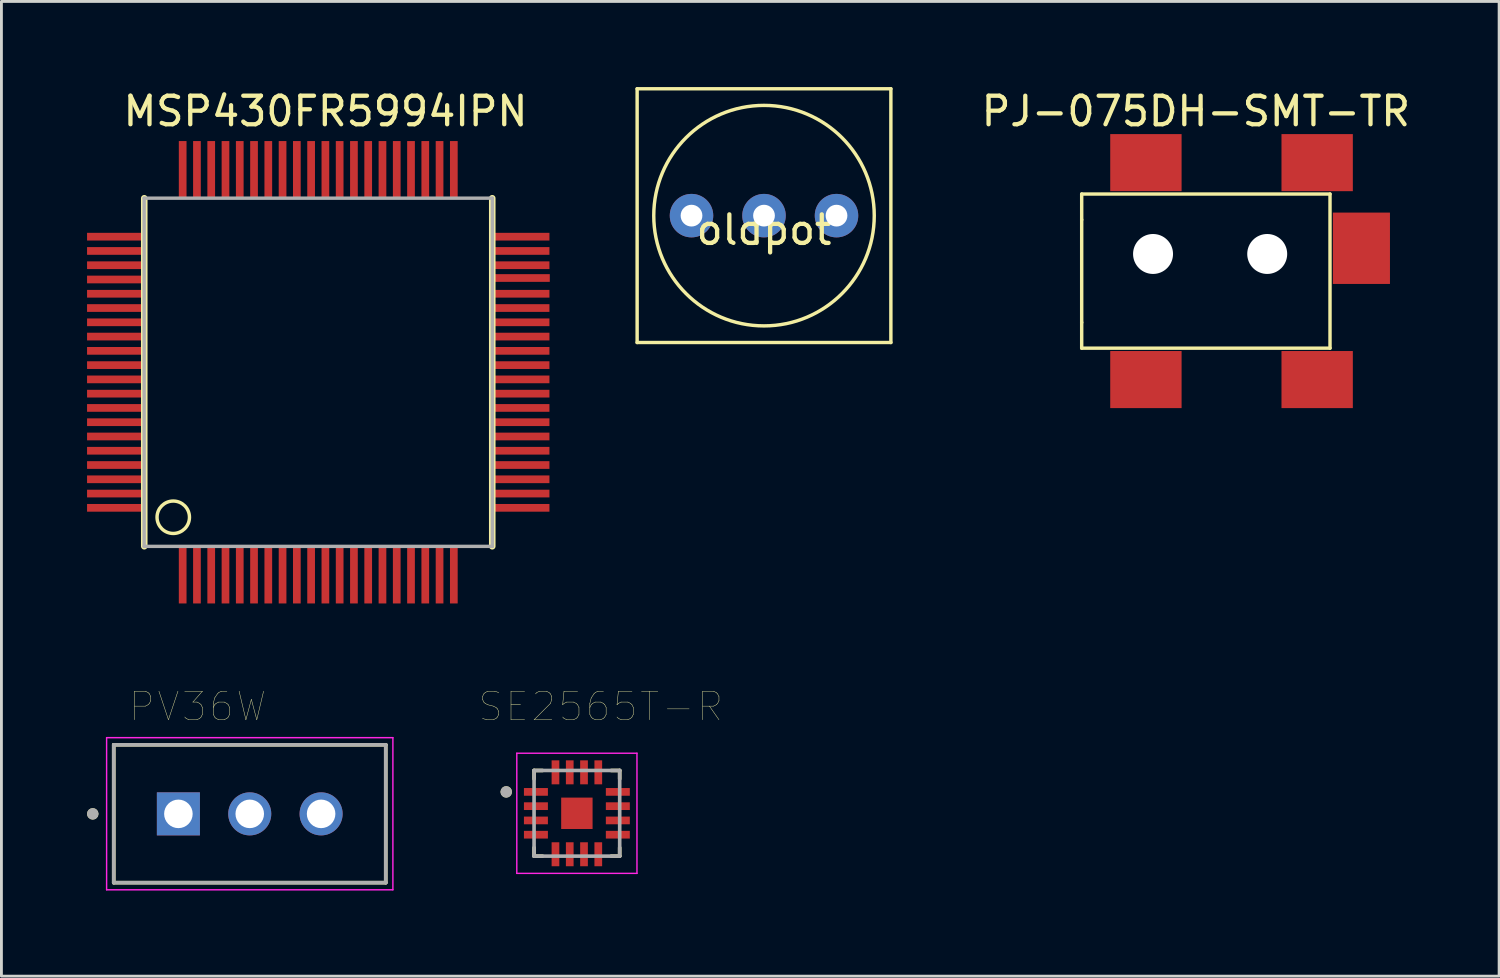
<source format=kicad_pcb>
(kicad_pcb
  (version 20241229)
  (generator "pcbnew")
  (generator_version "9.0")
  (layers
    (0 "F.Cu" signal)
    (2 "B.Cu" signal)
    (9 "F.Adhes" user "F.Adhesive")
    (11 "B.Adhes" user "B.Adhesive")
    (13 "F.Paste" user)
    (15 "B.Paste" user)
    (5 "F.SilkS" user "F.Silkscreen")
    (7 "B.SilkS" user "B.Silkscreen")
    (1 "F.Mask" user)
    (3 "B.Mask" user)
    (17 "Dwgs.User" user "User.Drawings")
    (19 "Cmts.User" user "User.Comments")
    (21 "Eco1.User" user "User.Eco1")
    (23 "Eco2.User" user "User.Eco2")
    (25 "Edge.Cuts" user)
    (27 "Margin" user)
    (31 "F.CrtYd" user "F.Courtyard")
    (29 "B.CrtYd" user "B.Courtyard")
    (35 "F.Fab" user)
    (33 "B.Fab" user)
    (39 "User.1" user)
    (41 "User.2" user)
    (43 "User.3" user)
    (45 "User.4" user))
  (footprint "PV36W"
    (layer "F.Cu")
    (at 5.7 25.464)
    (property "Reference" "PV36W" (at -1.825 -3.76 0) (layer "F.SilkS") (effects (font (size 1 1) (thickness 0.015))))
    (attr through_hole)
    (fp_line (start -4.765 -2.42) (end -4.765 2.41) (stroke (width 0.127) (type solid)) (layer "F.SilkS"))
    (fp_line (start -4.765 2.41) (end 4.765 2.41) (stroke (width 0.127) (type solid)) (layer "F.SilkS"))
    (fp_line (start 4.765 -2.42) (end -4.765 -2.42) (stroke (width 0.127) (type solid)) (layer "F.SilkS"))
    (fp_line (start 4.765 2.41) (end 4.765 -2.42) (stroke (width 0.127) (type solid)) (layer "F.SilkS"))
    (fp_circle (center -5.5 0) (end -5.4 0) (stroke (width 0.2) (type solid)) (fill no) (layer "F.SilkS"))
    (fp_line (start -5.015 -2.67) (end -5.015 2.66) (stroke (width 0.05) (type solid)) (layer "F.CrtYd"))
    (fp_line (start -5.015 2.66) (end 5.015 2.66) (stroke (width 0.05) (type solid)) (layer "F.CrtYd"))
    (fp_line (start 5.015 -2.67) (end -5.015 -2.67) (stroke (width 0.05) (type solid)) (layer "F.CrtYd"))
    (fp_line (start 5.015 2.66) (end 5.015 -2.67) (stroke (width 0.05) (type solid)) (layer "F.CrtYd"))
    (fp_line (start -4.765 -2.42) (end -4.765 2.41) (stroke (width 0.127) (type solid)) (layer "F.Fab"))
    (fp_line (start -4.765 2.41) (end 4.765 2.41) (stroke (width 0.127) (type solid)) (layer "F.Fab"))
    (fp_line (start 4.765 -2.42) (end -4.765 -2.42) (stroke (width 0.127) (type solid)) (layer "F.Fab"))
    (fp_line (start 4.765 2.41) (end 4.765 -2.42) (stroke (width 0.127) (type solid)) (layer "F.Fab"))
    (fp_circle (center -5.5 0) (end -5.4 0) (stroke (width 0.2) (type solid)) (fill no) (layer "F.Fab"))
    (pad "1" thru_hole rect (at -2.5 0) (size 1.508 1.508) (drill 1) (layers "*.Cu" "*.Mask"))
    (pad "2" thru_hole circle (at 0 0) (size 1.508 1.508) (drill 1) (layers "*.Cu" "*.Mask"))
    (pad "3" thru_hole circle (at 2.5 0) (size 1.508 1.508) (drill 1) (layers "*.Cu" "*.Mask")))
  (footprint "MSP430FR5994IPN"
    (layer "F.Cu")
    (at 8.1 9.992)
    (property "Reference" "MSP430FR5994IPN" (at 0.254 -9.144 0) (layer "F.SilkS") (effects (font (size 1 1) (thickness 0.15))))
    (attr through_hole)
    (fp_line (start -6.096 6.096) (end -6.096 -6.096) (stroke (width 0.23) (type solid)) (layer "F.SilkS"))
    (fp_line (start 6.096 6.096) (end 6.096 -6.096) (stroke (width 0.23) (type solid)) (layer "F.SilkS"))
    (fp_circle (center -5.08 5.08) (end -4.572 5.334) (stroke (width 0.12) (type solid)) (fill no) (layer "F.SilkS"))
    (fp_line (start -6.1 -6.1) (end 6.1 -6.1) (stroke (width 0.12) (type solid)) (layer "F.Fab"))
    (fp_line (start -6.1 6.1) (end -6.1 -6.1) (stroke (width 0.12) (type solid)) (layer "F.Fab"))
    (fp_line (start 6.1 -6.1) (end 6.1 6.1) (stroke (width 0.12) (type solid)) (layer "F.Fab"))
    (fp_line (start 6.1 6.1) (end -6.1 6.1) (stroke (width 0.12) (type solid)) (layer "F.Fab"))
    (pad "1" smd rect (at -4.75 7.1) (size 0.27 2) (layers "F.Cu" "F.Mask" "F.Paste"))
    (pad "2" smd rect (at -4.25 7.1) (size 0.27 2) (layers "F.Cu" "F.Mask" "F.Paste"))
    (pad "3" smd rect (at -3.75 7.1) (size 0.27 2) (layers "F.Cu" "F.Mask" "F.Paste"))
    (pad "4" smd rect (at -3.25 7.1) (size 0.27 2) (layers "F.Cu" "F.Mask" "F.Paste"))
    (pad "5" smd rect (at -2.75 7.1) (size 0.27 2) (layers "F.Cu" "F.Mask" "F.Paste"))
    (pad "6" smd rect (at -2.25 7.1) (size 0.27 2) (layers "F.Cu" "F.Mask" "F.Paste"))
    (pad "7" smd rect (at -1.75 7.1) (size 0.27 2) (layers "F.Cu" "F.Mask" "F.Paste"))
    (pad "8" smd rect (at -1.25 7.1) (size 0.27 2) (layers "F.Cu" "F.Mask" "F.Paste"))
    (pad "9" smd rect (at -0.75 7.1) (size 0.27 2) (layers "F.Cu" "F.Mask" "F.Paste"))
    (pad "10" smd rect (at -0.25 7.1) (size 0.27 2) (layers "F.Cu" "F.Mask" "F.Paste"))
    (pad "11" smd rect (at 0.25 7.1) (size 0.27 2) (layers "F.Cu" "F.Mask" "F.Paste"))
    (pad "12" smd rect (at 0.75 7.1) (size 0.27 2) (layers "F.Cu" "F.Mask" "F.Paste"))
    (pad "13" smd rect (at 1.25 7.1) (size 0.27 2) (layers "F.Cu" "F.Mask" "F.Paste"))
    (pad "14" smd rect (at 1.75 7.1) (size 0.27 2) (layers "F.Cu" "F.Mask" "F.Paste"))
    (pad "15" smd rect (at 2.25 7.1) (size 0.27 2) (layers "F.Cu" "F.Mask" "F.Paste"))
    (pad "16" smd rect (at 2.75 7.1) (size 0.27 2) (layers "F.Cu" "F.Mask" "F.Paste"))
    (pad "17" smd rect (at 3.25 7.1) (size 0.27 2) (layers "F.Cu" "F.Mask" "F.Paste"))
    (pad "18" smd rect (at 3.75 7.1) (size 0.27 2) (layers "F.Cu" "F.Mask" "F.Paste"))
    (pad "19" smd rect (at 4.25 7.1) (size 0.27 2) (layers "F.Cu" "F.Mask" "F.Paste"))
    (pad "20" smd rect (at 4.75 7.1) (size 0.27 2) (layers "F.Cu" "F.Mask" "F.Paste"))
    (pad "21" smd rect (at 7.1 4.75 270) (size 0.27 2) (layers "F.Cu" "F.Mask" "F.Paste"))
    (pad "22" smd rect (at 7.1 4.25 270) (size 0.27 2) (layers "F.Cu" "F.Mask" "F.Paste"))
    (pad "23" smd rect (at 7.1 3.75 270) (size 0.27 2) (layers "F.Cu" "F.Mask" "F.Paste"))
    (pad "24" smd rect (at 7.1 3.25 270) (size 0.27 2) (layers "F.Cu" "F.Mask" "F.Paste"))
    (pad "25" smd rect (at 7.1 2.75 270) (size 0.27 2) (layers "F.Cu" "F.Mask" "F.Paste"))
    (pad "26" smd rect (at 7.1 2.25 270) (size 0.27 2) (layers "F.Cu" "F.Mask" "F.Paste"))
    (pad "27" smd rect (at 7.1 1.75 270) (size 0.27 2) (layers "F.Cu" "F.Mask" "F.Paste"))
    (pad "28" smd rect (at 7.1 1.25 270) (size 0.27 2) (layers "F.Cu" "F.Mask" "F.Paste"))
    (pad "29" smd rect (at 7.1 0.75 270) (size 0.27 2) (layers "F.Cu" "F.Mask" "F.Paste"))
    (pad "30" smd rect (at 7.1 0.25 90) (size 0.27 2) (layers "F.Cu" "F.Mask" "F.Paste"))
    (pad "31" smd rect (at 7.1 -0.25 90) (size 0.27 2) (layers "F.Cu" "F.Mask" "F.Paste"))
    (pad "32" smd rect (at 7.1 -0.75 90) (size 0.27 2) (layers "F.Cu" "F.Mask" "F.Paste"))
    (pad "33" smd rect (at 7.1 -1.25 90) (size 0.27 2) (layers "F.Cu" "F.Mask" "F.Paste"))
    (pad "34" smd rect (at 7.1 -1.75 90) (size 0.27 2) (layers "F.Cu" "F.Mask" "F.Paste"))
    (pad "35" smd rect (at 7.1 -2.25 90) (size 0.27 2) (layers "F.Cu" "F.Mask" "F.Paste"))
    (pad "36" smd rect (at 7.1 -2.75 90) (size 0.27 2) (layers "F.Cu" "F.Mask" "F.Paste"))
    (pad "37" smd rect (at 7.112 -3.302 90) (size 0.27 2) (layers "F.Cu" "F.Mask" "F.Paste"))
    (pad "38" smd rect (at 7.1 -3.75 90) (size 0.27 2) (layers "F.Cu" "F.Mask" "F.Paste"))
    (pad "39" smd rect (at 7.1 -4.25 90) (size 0.27 2) (layers "F.Cu" "F.Mask" "F.Paste"))
    (pad "40" smd rect (at 7.1 -4.75 90) (size 0.27 2) (layers "F.Cu" "F.Mask" "F.Paste"))
    (pad "41" smd rect (at 4.75 -7.1 180) (size 0.27 2) (layers "F.Cu" "F.Mask" "F.Paste"))
    (pad "42" smd rect (at 4.25 -7.1 180) (size 0.27 2) (layers "F.Cu" "F.Mask" "F.Paste"))
    (pad "43" smd rect (at 3.75 -7.1 180) (size 0.27 2) (layers "F.Cu" "F.Mask" "F.Paste"))
    (pad "44" smd rect (at 3.25 -7.1 180) (size 0.27 2) (layers "F.Cu" "F.Mask" "F.Paste"))
    (pad "45" smd rect (at 2.75 -7.1 180) (size 0.27 2) (layers "F.Cu" "F.Mask" "F.Paste"))
    (pad "46" smd rect (at 2.25 -7.1 180) (size 0.27 2) (layers "F.Cu" "F.Mask" "F.Paste"))
    (pad "47" smd rect (at 1.75 -7.1 180) (size 0.27 2) (layers "F.Cu" "F.Mask" "F.Paste"))
    (pad "48" smd rect (at 1.25 -7.1 180) (size 0.27 2) (layers "F.Cu" "F.Mask" "F.Paste"))
    (pad "49" smd rect (at 0.75 -7.1 180) (size 0.27 2) (layers "F.Cu" "F.Mask" "F.Paste"))
    (pad "50" smd rect (at 0.25 -7.1 180) (size 0.27 2) (layers "F.Cu" "F.Mask" "F.Paste"))
    (pad "51" smd rect (at -0.25 -7.1 180) (size 0.27 2) (layers "F.Cu" "F.Mask" "F.Paste"))
    (pad "52" smd rect (at -0.75 -7.1 180) (size 0.27 2) (layers "F.Cu" "F.Mask" "F.Paste"))
    (pad "53" smd rect (at -1.25 -7.1 180) (size 0.27 2) (layers "F.Cu" "F.Mask" "F.Paste"))
    (pad "54" smd rect (at -1.75 -7.1 180) (size 0.27 2) (layers "F.Cu" "F.Mask" "F.Paste"))
    (pad "55" smd rect (at -2.25 -7.1 180) (size 0.27 2) (layers "F.Cu" "F.Mask" "F.Paste"))
    (pad "56" smd rect (at -2.75 -7.1 180) (size 0.27 2) (layers "F.Cu" "F.Mask" "F.Paste"))
    (pad "57" smd rect (at -3.25 -7.1 180) (size 0.27 2) (layers "F.Cu" "F.Mask" "F.Paste"))
    (pad "58" smd rect (at -3.75 -7.1 180) (size 0.27 2) (layers "F.Cu" "F.Mask" "F.Paste"))
    (pad "59" smd rect (at -4.25 -7.1 180) (size 0.27 2) (layers "F.Cu" "F.Mask" "F.Paste"))
    (pad "60" smd rect (at -4.75 -7.1 180) (size 0.27 2) (layers "F.Cu" "F.Mask" "F.Paste"))
    (pad "61" smd rect (at -7.1 -4.75 270) (size 0.27 2) (layers "F.Cu" "F.Mask" "F.Paste"))
    (pad "62" smd rect (at -7.1 -4.25 270) (size 0.27 2) (layers "F.Cu" "F.Mask" "F.Paste"))
    (pad "63" smd rect (at -7.1 -3.75 270) (size 0.27 2) (layers "F.Cu" "F.Mask" "F.Paste"))
    (pad "64" smd rect (at -7.1 -3.25 270) (size 0.27 2) (layers "F.Cu" "F.Mask" "F.Paste"))
    (pad "65" smd rect (at -7.1 -2.75 270) (size 0.27 2) (layers "F.Cu" "F.Mask" "F.Paste"))
    (pad "66" smd rect (at -7.1 -2.25 270) (size 0.27 2) (layers "F.Cu" "F.Mask" "F.Paste"))
    (pad "67" smd rect (at -7.1 -1.75 270) (size 0.27 2) (layers "F.Cu" "F.Mask" "F.Paste"))
    (pad "68" smd rect (at -7.1 -1.25 270) (size 0.27 2) (layers "F.Cu" "F.Mask" "F.Paste"))
    (pad "69" smd rect (at -7.1 -0.75 270) (size 0.27 2) (layers "F.Cu" "F.Mask" "F.Paste"))
    (pad "70" smd rect (at -7.1 -0.25 270) (size 0.27 2) (layers "F.Cu" "F.Mask" "F.Paste"))
    (pad "71" smd rect (at -7.1 0.25 270) (size 0.27 2) (layers "F.Cu" "F.Mask" "F.Paste"))
    (pad "72" smd rect (at -7.1 0.75 270) (size 0.27 2) (layers "F.Cu" "F.Mask" "F.Paste"))
    (pad "73" smd rect (at -7.1 1.25 270) (size 0.27 2) (layers "F.Cu" "F.Mask" "F.Paste"))
    (pad "74" smd rect (at -7.1 1.75 270) (size 0.27 2) (layers "F.Cu" "F.Mask" "F.Paste"))
    (pad "75" smd rect (at -7.1 2.25 270) (size 0.27 2) (layers "F.Cu" "F.Mask" "F.Paste"))
    (pad "76" smd rect (at -7.1 2.75 270) (size 0.27 2) (layers "F.Cu" "F.Mask" "F.Paste"))
    (pad "77" smd rect (at -7.1 3.25 270) (size 0.27 2) (layers "F.Cu" "F.Mask" "F.Paste"))
    (pad "78" smd rect (at -7.1 3.75 270) (size 0.27 2) (layers "F.Cu" "F.Mask" "F.Paste"))
    (pad "79" smd rect (at -7.1 4.25 270) (size 0.27 2) (layers "F.Cu" "F.Mask" "F.Paste"))
    (pad "80" smd rect (at -7.1 4.75 270) (size 0.27 2) (layers "F.Cu" "F.Mask" "F.Paste")))
  (footprint "SE2565T-R"
    (layer "F.Cu")
    (at 17.161 25.444)
    (property "Reference" "SE2565T-R" (at 0.835 -3.74 0) (layer "F.SilkS") (effects (font (size 1 1) (thickness 0.015))))
    (attr through_hole)
    (fp_line (start -1.5 -1.5) (end -1.5 -1.205) (stroke (width 0.127) (type solid)) (layer "F.SilkS"))
    (fp_line (start -1.5 -1.5) (end -1.205 -1.5) (stroke (width 0.127) (type solid)) (layer "F.SilkS"))
    (fp_line (start -1.5 1.5) (end -1.5 1.205) (stroke (width 0.127) (type solid)) (layer "F.SilkS"))
    (fp_line (start -1.5 1.5) (end -1.205 1.5) (stroke (width 0.127) (type solid)) (layer "F.SilkS"))
    (fp_line (start 1.5 -1.5) (end 1.205 -1.5) (stroke (width 0.127) (type solid)) (layer "F.SilkS"))
    (fp_line (start 1.5 -1.5) (end 1.5 -1.205) (stroke (width 0.127) (type solid)) (layer "F.SilkS"))
    (fp_line (start 1.5 1.5) (end 1.205 1.5) (stroke (width 0.127) (type solid)) (layer "F.SilkS"))
    (fp_line (start 1.5 1.5) (end 1.5 1.205) (stroke (width 0.127) (type solid)) (layer "F.SilkS"))
    (fp_circle (center -2.475 -0.75) (end -2.375 -0.75) (stroke (width 0.2) (type solid)) (fill no) (layer "F.SilkS"))
    (fp_poly (pts (xy -0.35 -0.35) (xy 0.35 -0.35) (xy 0.35 0.35) (xy -0.35 0.35)) (stroke (width 0.01) (type solid)) (fill yes) (layer "F.Paste"))
    (fp_line (start -2.105 -2.105) (end 2.105 -2.105) (stroke (width 0.05) (type solid)) (layer "F.CrtYd"))
    (fp_line (start -2.105 2.105) (end -2.105 -2.105) (stroke (width 0.05) (type solid)) (layer "F.CrtYd"))
    (fp_line (start -2.105 2.105) (end 2.105 2.105) (stroke (width 0.05) (type solid)) (layer "F.CrtYd"))
    (fp_line (start 2.105 2.105) (end 2.105 -2.105) (stroke (width 0.05) (type solid)) (layer "F.CrtYd"))
    (fp_line (start -1.5 1.5) (end -1.5 -1.5) (stroke (width 0.127) (type solid)) (layer "F.Fab"))
    (fp_line (start 1.5 -1.5) (end -1.5 -1.5) (stroke (width 0.127) (type solid)) (layer "F.Fab"))
    (fp_line (start 1.5 1.5) (end -1.5 1.5) (stroke (width 0.127) (type solid)) (layer "F.Fab"))
    (fp_line (start 1.5 1.5) (end 1.5 -1.5) (stroke (width 0.127) (type solid)) (layer "F.Fab"))
    (fp_circle (center -2.475 -0.75) (end -2.375 -0.75) (stroke (width 0.2) (type solid)) (fill no) (layer "F.Fab"))
    (pad "1" smd rect (at -1.435 -0.75) (size 0.84 0.27) (layers "F.Cu" "F.Mask" "F.Paste"))
    (pad "2" smd rect (at -1.435 -0.25) (size 0.84 0.27) (layers "F.Cu" "F.Mask" "F.Paste"))
    (pad "3" smd rect (at -1.435 0.25) (size 0.84 0.27) (layers "F.Cu" "F.Mask" "F.Paste"))
    (pad "4" smd rect (at -1.435 0.75) (size 0.84 0.27) (layers "F.Cu" "F.Mask" "F.Paste"))
    (pad "5" smd rect (at -0.75 1.435) (size 0.27 0.84) (layers "F.Cu" "F.Mask" "F.Paste"))
    (pad "6" smd rect (at -0.25 1.435) (size 0.27 0.84) (layers "F.Cu" "F.Mask" "F.Paste"))
    (pad "7" smd rect (at 0.25 1.435) (size 0.27 0.84) (layers "F.Cu" "F.Mask" "F.Paste"))
    (pad "8" smd rect (at 0.75 1.435) (size 0.27 0.84) (layers "F.Cu" "F.Mask" "F.Paste"))
    (pad "9" smd rect (at 1.435 0.75) (size 0.84 0.27) (layers "F.Cu" "F.Mask" "F.Paste"))
    (pad "10" smd rect (at 1.435 0.25) (size 0.84 0.27) (layers "F.Cu" "F.Mask" "F.Paste"))
    (pad "11" smd rect (at 1.435 -0.25) (size 0.84 0.27) (layers "F.Cu" "F.Mask" "F.Paste"))
    (pad "12" smd rect (at 1.435 -0.75) (size 0.84 0.27) (layers "F.Cu" "F.Mask" "F.Paste"))
    (pad "13" smd rect (at 0.75 -1.435) (size 0.27 0.84) (layers "F.Cu" "F.Mask" "F.Paste"))
    (pad "14" smd rect (at 0.25 -1.435) (size 0.27 0.84) (layers "F.Cu" "F.Mask" "F.Paste"))
    (pad "15" smd rect (at -0.25 -1.435) (size 0.27 0.84) (layers "F.Cu" "F.Mask" "F.Paste"))
    (pad "16" smd rect (at -0.75 -1.435) (size 0.27 0.84) (layers "F.Cu" "F.Mask" "F.Paste"))
    (pad "17" smd rect (at 0 0) (size 1.1 1.1) (layers "F.Cu" "F.Mask")))
  (footprint "oldpot"
    (layer "F.Cu")
    (at 23.717 4.505)
    (property "Reference" "oldpot" (at 0 0.5 0) (layer "F.SilkS") (effects (font (size 1 1) (thickness 0.15))))
    (attr through_hole)
    (fp_line (start -4.445 -4.445) (end 4.445 -4.445) (stroke (width 0.12) (type solid)) (layer "F.SilkS"))
    (fp_line (start -4.445 4.445) (end -4.445 -4.445) (stroke (width 0.12) (type solid)) (layer "F.SilkS"))
    (fp_line (start 4.445 -4.445) (end 4.445 4.445) (stroke (width 0.12) (type solid)) (layer "F.SilkS"))
    (fp_line (start 4.445 4.445) (end -4.445 4.445) (stroke (width 0.12) (type solid)) (layer "F.SilkS"))
    (fp_circle (center 0 0) (end -0.635 3.81) (stroke (width 0.12) (type solid)) (fill no) (layer "F.SilkS"))
    (pad "1" thru_hole circle (at -2.54 0) (size 1.524 1.524) (drill 0.762) (layers "*.Cu" "*.Mask"))
    (pad "2" thru_hole circle (at 0 0) (size 1.524 1.524) (drill 0.762) (layers "*.Cu" "*.Mask"))
    (pad "3" thru_hole circle (at 2.54 0) (size 1.524 1.524) (drill 0.762) (layers "*.Cu" "*.Mask")))
  (footprint "PJ-075DH-SMT-TR"
    (layer "F.Cu")
    (at 37.347 5.848)
    (property "Reference" "PJ-075DH-SMT-TR" (at 1.5 -5 0) (layer "F.SilkS") (effects (font (size 1 1) (thickness 0.15))))
    (attr through_hole)
    (fp_line (start -2.5 -2.1) (end 6.2 -2.1) (stroke (width 0.12) (type solid)) (layer "F.SilkS"))
    (fp_line (start -2.5 -1.2) (end -2.5 -2.1) (stroke (width 0.12) (type solid)) (layer "F.SilkS"))
    (fp_line (start -2.5 -1.2) (end -2.5 2.4) (stroke (width 0.12) (type solid)) (layer "F.SilkS"))
    (fp_line (start -2.5 3.3) (end -2.5 2.4) (stroke (width 0.12) (type solid)) (layer "F.SilkS"))
    (fp_line (start 6.2 -2.1) (end 6.2 3.3) (stroke (width 0.12) (type solid)) (layer "F.SilkS"))
    (fp_line (start 6.2 3.3) (end -2.5 3.3) (stroke (width 0.12) (type solid)) (layer "F.SilkS"))
    (pad "" np_thru_hole circle (at 0 0) (size 1.4 1.4) (drill 1.4) (layers "*.Cu" "*.Mask"))
    (pad "" np_thru_hole circle (at 4 0 90) (size 1.4 1.4) (drill 1.4) (layers "*.Cu" "*.Mask"))
    (pad "1" smd rect (at 5.75 -3.2) (size 2.5 2) (layers "F.Cu" "F.Mask" "F.Paste"))
    (pad "2" smd rect (at 5.75 4.4) (size 2.5 2) (layers "F.Cu" "F.Mask" "F.Paste"))
    (pad "3" smd rect (at 7.3 -0.2 270) (size 2.5 2) (layers "F.Cu" "F.Mask" "F.Paste"))
    (pad "4" smd rect (at -0.25 -3.2) (size 2.5 2) (layers "F.Cu" "F.Mask" "F.Paste"))
    (pad "5" smd rect (at -0.25 4.4) (size 2.5 2) (layers "F.Cu" "F.Mask" "F.Paste")))
  (gr_rect
    (start -3 -3)
    (end 49.472 31.149)
    (stroke (width 0.1) (type default))
    (fill no)
    (layer "Edge.Cuts")))
</source>
